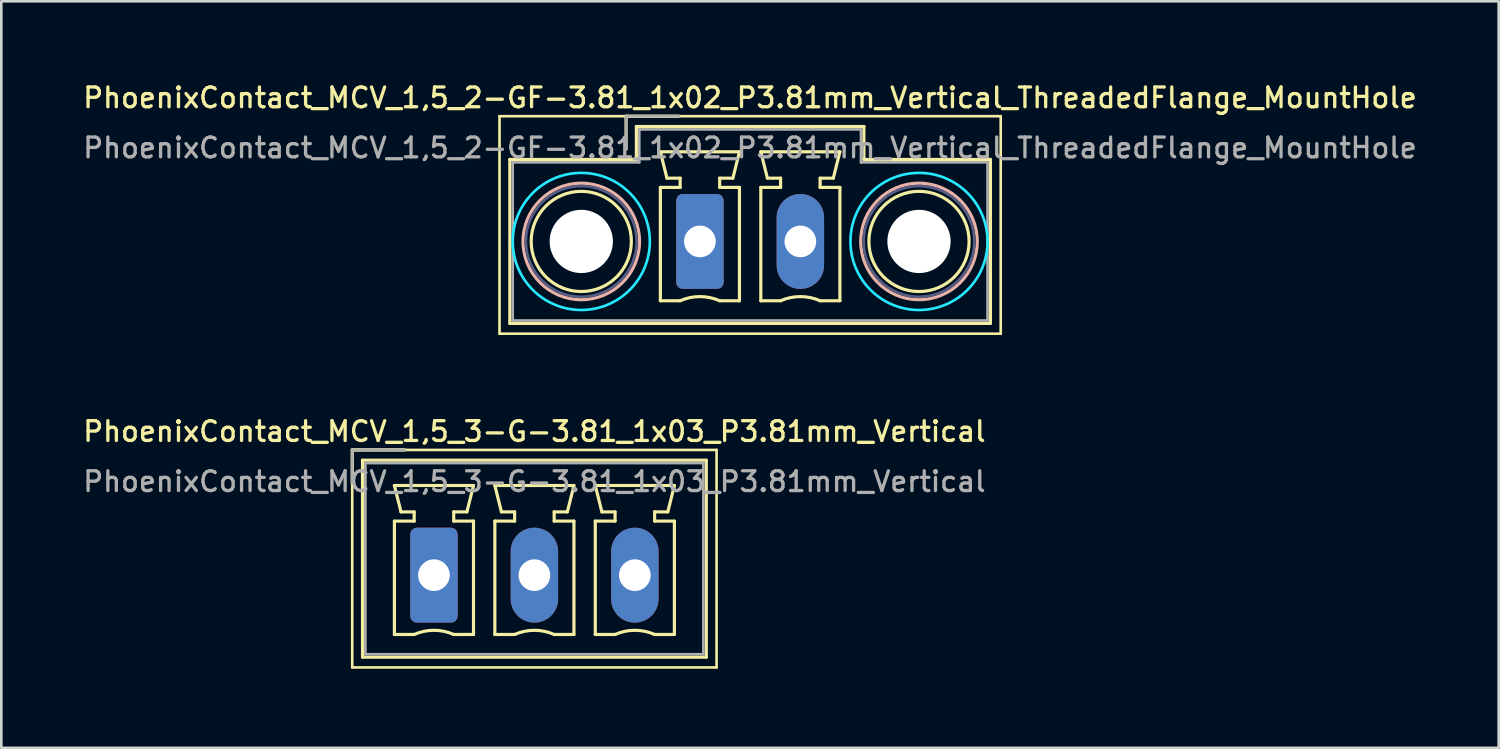
<source format=kicad_pcb>
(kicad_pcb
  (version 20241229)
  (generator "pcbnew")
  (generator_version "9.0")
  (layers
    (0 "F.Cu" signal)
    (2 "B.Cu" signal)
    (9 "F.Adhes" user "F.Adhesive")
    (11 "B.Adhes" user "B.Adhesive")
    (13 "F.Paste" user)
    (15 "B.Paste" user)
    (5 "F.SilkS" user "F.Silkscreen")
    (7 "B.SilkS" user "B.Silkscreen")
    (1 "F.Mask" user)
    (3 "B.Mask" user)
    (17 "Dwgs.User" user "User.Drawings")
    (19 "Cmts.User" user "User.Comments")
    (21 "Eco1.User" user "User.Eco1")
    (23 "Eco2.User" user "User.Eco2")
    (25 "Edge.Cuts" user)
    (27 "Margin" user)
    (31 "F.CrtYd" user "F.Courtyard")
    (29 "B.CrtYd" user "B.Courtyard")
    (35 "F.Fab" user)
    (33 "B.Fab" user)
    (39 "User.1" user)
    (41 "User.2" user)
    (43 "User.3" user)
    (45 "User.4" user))
  (footprint "PhoenixContact_MCV_1,5_2-GF-3.81_1x02_P3.81mm_Vertical_ThreadedFlange_MountHole"
    (layer "F.Cu")
    (at 23.498 6.108)
    (property "Reference" "PhoenixContact_MCV_1,5_2-GF-3.81_1x02_P3.81mm_Vertical_ThreadedFlange_MountHole" (at 1.9 -5.45 0) (layer "F.SilkS") (effects (font (size 0.75 0.75) (thickness 0.125))))
    (attr through_hole)
    (fp_line (start -7.6 -4.75) (end -7.6 3.5) (stroke (width 0.1) (type solid)) (layer "F.SilkS"))
    (fp_line (start -7.6 3.5) (end 11.41 3.5) (stroke (width 0.1) (type solid)) (layer "F.SilkS"))
    (fp_line (start -7.21 -3.11) (end -7.21 3.11) (stroke (width 0.12) (type solid)) (layer "F.SilkS"))
    (fp_line (start -7.21 3.11) (end 11.02 3.11) (stroke (width 0.12) (type solid)) (layer "F.SilkS"))
    (fp_line (start -2.8 -4.75) (end -0.8 -4.75) (stroke (width 0.12) (type solid)) (layer "F.SilkS"))
    (fp_line (start -2.8 -3.5) (end -2.8 -4.75) (stroke (width 0.12) (type solid)) (layer "F.SilkS"))
    (fp_line (start -2.41 -4.36) (end -2.41 -3.11) (stroke (width 0.12) (type solid)) (layer "F.SilkS"))
    (fp_line (start -2.41 -3.11) (end -7.21 -3.11) (stroke (width 0.12) (type solid)) (layer "F.SilkS"))
    (fp_line (start -1.5 -3.4) (end 1.5 -3.4) (stroke (width 0.12) (type solid)) (layer "F.SilkS"))
    (fp_line (start -1.5 -2.05) (end -0.75 -2.05) (stroke (width 0.12) (type solid)) (layer "F.SilkS"))
    (fp_line (start -1.5 2.25) (end -1.5 -2.05) (stroke (width 0.12) (type solid)) (layer "F.SilkS"))
    (fp_line (start -1.25 -2.4) (end -1.5 -3.4) (stroke (width 0.12) (type solid)) (layer "F.SilkS"))
    (fp_line (start -0.75 -2.4) (end -1.25 -2.4) (stroke (width 0.12) (type solid)) (layer "F.SilkS"))
    (fp_line (start -0.75 -2.05) (end -0.75 -2.4) (stroke (width 0.12) (type solid)) (layer "F.SilkS"))
    (fp_line (start -0.75 2.25) (end -1.5 2.25) (stroke (width 0.12) (type solid)) (layer "F.SilkS"))
    (fp_line (start 0.75 -2.4) (end 0.75 -2.05) (stroke (width 0.12) (type solid)) (layer "F.SilkS"))
    (fp_line (start 0.75 -2.05) (end 1.5 -2.05) (stroke (width 0.12) (type solid)) (layer "F.SilkS"))
    (fp_line (start 1.25 -2.4) (end 0.75 -2.4) (stroke (width 0.12) (type solid)) (layer "F.SilkS"))
    (fp_line (start 1.5 -3.4) (end 1.25 -2.4) (stroke (width 0.12) (type solid)) (layer "F.SilkS"))
    (fp_line (start 1.5 -2.05) (end 1.5 2.25) (stroke (width 0.12) (type solid)) (layer "F.SilkS"))
    (fp_line (start 1.5 2.25) (end 0.75 2.25) (stroke (width 0.12) (type solid)) (layer "F.SilkS"))
    (fp_line (start 2.31 -3.4) (end 5.31 -3.4) (stroke (width 0.12) (type solid)) (layer "F.SilkS"))
    (fp_line (start 2.31 -2.05) (end 3.06 -2.05) (stroke (width 0.12) (type solid)) (layer "F.SilkS"))
    (fp_line (start 2.31 2.25) (end 2.31 -2.05) (stroke (width 0.12) (type solid)) (layer "F.SilkS"))
    (fp_line (start 2.56 -2.4) (end 2.31 -3.4) (stroke (width 0.12) (type solid)) (layer "F.SilkS"))
    (fp_line (start 3.06 -2.4) (end 2.56 -2.4) (stroke (width 0.12) (type solid)) (layer "F.SilkS"))
    (fp_line (start 3.06 -2.05) (end 3.06 -2.4) (stroke (width 0.12) (type solid)) (layer "F.SilkS"))
    (fp_line (start 3.06 2.25) (end 2.31 2.25) (stroke (width 0.12) (type solid)) (layer "F.SilkS"))
    (fp_line (start 4.56 -2.4) (end 4.56 -2.05) (stroke (width 0.12) (type solid)) (layer "F.SilkS"))
    (fp_line (start 4.56 -2.05) (end 5.31 -2.05) (stroke (width 0.12) (type solid)) (layer "F.SilkS"))
    (fp_line (start 5.06 -2.4) (end 4.56 -2.4) (stroke (width 0.12) (type solid)) (layer "F.SilkS"))
    (fp_line (start 5.31 -3.4) (end 5.06 -2.4) (stroke (width 0.12) (type solid)) (layer "F.SilkS"))
    (fp_line (start 5.31 -2.05) (end 5.31 2.25) (stroke (width 0.12) (type solid)) (layer "F.SilkS"))
    (fp_line (start 5.31 2.25) (end 4.56 2.25) (stroke (width 0.12) (type solid)) (layer "F.SilkS"))
    (fp_line (start 6.22 -4.36) (end -2.41 -4.36) (stroke (width 0.12) (type solid)) (layer "F.SilkS"))
    (fp_line (start 6.22 -3.11) (end 6.22 -4.36) (stroke (width 0.12) (type solid)) (layer "F.SilkS"))
    (fp_line (start 11.02 -3.11) (end 6.22 -3.11) (stroke (width 0.12) (type solid)) (layer "F.SilkS"))
    (fp_line (start 11.02 3.11) (end 11.02 -3.11) (stroke (width 0.12) (type solid)) (layer "F.SilkS"))
    (fp_line (start 11.41 -4.75) (end -7.6 -4.75) (stroke (width 0.1) (type solid)) (layer "F.SilkS"))
    (fp_line (start 11.41 3.5) (end 11.41 -4.75) (stroke (width 0.1) (type solid)) (layer "F.SilkS"))
    (fp_arc (start -0.75 2.25) (mid -0.000193 2.09191) (end 0.749647 2.249844) (stroke (width 0.12) (type solid)) (layer "F.SilkS"))
    (fp_arc (start 3.06 2.25) (mid 3.809807 2.09191) (end 4.559647 2.249844) (stroke (width 0.12) (type solid)) (layer "F.SilkS"))
    (fp_circle (center -4.5 0) (end -2.6 0) (stroke (width 0.12) (type solid)) (fill no) (layer "F.SilkS"))
    (fp_circle (center 8.31 0) (end 10.21 0) (stroke (width 0.12) (type solid)) (fill no) (layer "F.SilkS"))
    (fp_circle (center -4.5 0) (end -2.29 0) (stroke (width 0.12) (type solid)) (fill no) (layer "B.SilkS"))
    (fp_circle (center 8.31 0) (end 10.52 0) (stroke (width 0.12) (type solid)) (fill no) (layer "B.SilkS"))
    (fp_circle (center -4.5 0) (end -1.9 0) (stroke (width 0.1) (type solid)) (fill no) (layer "B.CrtYd"))
    (fp_circle (center 8.31 0) (end 10.91 0) (stroke (width 0.1) (type solid)) (fill no) (layer "B.CrtYd"))
    (fp_circle (center -4.5 0) (end -2.4 0) (stroke (width 0.1) (type solid)) (fill no) (layer "B.Fab"))
    (fp_circle (center 8.31 0) (end 10.41 0) (stroke (width 0.1) (type solid)) (fill no) (layer "B.Fab"))
    (fp_line (start -7.1 -3) (end -7.1 3) (stroke (width 0.1) (type solid)) (layer "F.Fab"))
    (fp_line (start -7.1 3) (end 10.91 3) (stroke (width 0.1) (type solid)) (layer "F.Fab"))
    (fp_line (start -2.8 -4.75) (end -0.8 -4.75) (stroke (width 0.1) (type solid)) (layer "F.Fab"))
    (fp_line (start -2.8 -3.5) (end -2.8 -4.75) (stroke (width 0.1) (type solid)) (layer "F.Fab"))
    (fp_line (start -2.3 -4.25) (end -2.3 -3) (stroke (width 0.1) (type solid)) (layer "F.Fab"))
    (fp_line (start -2.3 -3) (end -7.1 -3) (stroke (width 0.1) (type solid)) (layer "F.Fab"))
    (fp_line (start 6.11 -4.25) (end -2.3 -4.25) (stroke (width 0.1) (type solid)) (layer "F.Fab"))
    (fp_line (start 6.11 -3) (end 6.11 -4.25) (stroke (width 0.1) (type solid)) (layer "F.Fab"))
    (fp_line (start 10.91 -3) (end 6.11 -3) (stroke (width 0.1) (type solid)) (layer "F.Fab"))
    (fp_line (start 10.91 3) (end 10.91 -3) (stroke (width 0.1) (type solid)) (layer "F.Fab"))
    (fp_text user "${REFERENCE}" (at 1.9 -3.55 0) (layer "F.Fab") (effects (font (size 0.75 0.75) (thickness 0.125))))
    (pad "" np_thru_hole circle (at -4.5 0) (size 2.4 2.4) (drill 2.4) (layers "*.Cu" "*.Mask"))
    (pad "" np_thru_hole circle (at 8.31 0) (size 2.4 2.4) (drill 2.4) (layers "*.Cu" "*.Mask"))
    (pad "1" thru_hole roundrect (at 0 0) (size 1.8 3.6) (drill 1.2) (layers "*.Cu" "*.Mask") (roundrect_rratio 0.139))
    (pad "2" thru_hole oval (at 3.81 0) (size 1.8 3.6) (drill 1.2) (layers "*.Cu" "*.Mask")))
  (footprint "PhoenixContact_MCV_1,5_3-G-3.81_1x03_P3.81mm_Vertical"
    (layer "F.Cu")
    (at 13.41 18.766)
    (property "Reference" "PhoenixContact_MCV_1,5_3-G-3.81_1x03_P3.81mm_Vertical" (at 3.81 -5.45 0) (layer "F.SilkS") (effects (font (size 0.75 0.75) (thickness 0.125))))
    (attr through_hole)
    (fp_line (start -3.1 -4.75) (end -3.1 3.5) (stroke (width 0.1) (type solid)) (layer "F.SilkS"))
    (fp_line (start -3.1 -4.75) (end -1.1 -4.75) (stroke (width 0.12) (type solid)) (layer "F.SilkS"))
    (fp_line (start -3.1 -3.5) (end -3.1 -4.75) (stroke (width 0.12) (type solid)) (layer "F.SilkS"))
    (fp_line (start -3.1 3.5) (end 10.72 3.5) (stroke (width 0.1) (type solid)) (layer "F.SilkS"))
    (fp_line (start -2.71 -4.36) (end -2.71 3.11) (stroke (width 0.12) (type solid)) (layer "F.SilkS"))
    (fp_line (start -2.71 3.11) (end 10.33 3.11) (stroke (width 0.12) (type solid)) (layer "F.SilkS"))
    (fp_line (start -1.5 -3.4) (end 1.5 -3.4) (stroke (width 0.12) (type solid)) (layer "F.SilkS"))
    (fp_line (start -1.5 -2.05) (end -0.75 -2.05) (stroke (width 0.12) (type solid)) (layer "F.SilkS"))
    (fp_line (start -1.5 2.25) (end -1.5 -2.05) (stroke (width 0.12) (type solid)) (layer "F.SilkS"))
    (fp_line (start -1.25 -2.4) (end -1.5 -3.4) (stroke (width 0.12) (type solid)) (layer "F.SilkS"))
    (fp_line (start -0.75 -2.4) (end -1.25 -2.4) (stroke (width 0.12) (type solid)) (layer "F.SilkS"))
    (fp_line (start -0.75 -2.05) (end -0.75 -2.4) (stroke (width 0.12) (type solid)) (layer "F.SilkS"))
    (fp_line (start -0.75 2.25) (end -1.5 2.25) (stroke (width 0.12) (type solid)) (layer "F.SilkS"))
    (fp_line (start 0.75 -2.4) (end 0.75 -2.05) (stroke (width 0.12) (type solid)) (layer "F.SilkS"))
    (fp_line (start 0.75 -2.05) (end 1.5 -2.05) (stroke (width 0.12) (type solid)) (layer "F.SilkS"))
    (fp_line (start 1.25 -2.4) (end 0.75 -2.4) (stroke (width 0.12) (type solid)) (layer "F.SilkS"))
    (fp_line (start 1.5 -3.4) (end 1.25 -2.4) (stroke (width 0.12) (type solid)) (layer "F.SilkS"))
    (fp_line (start 1.5 -2.05) (end 1.5 2.25) (stroke (width 0.12) (type solid)) (layer "F.SilkS"))
    (fp_line (start 1.5 2.25) (end 0.75 2.25) (stroke (width 0.12) (type solid)) (layer "F.SilkS"))
    (fp_line (start 2.31 -3.4) (end 5.31 -3.4) (stroke (width 0.12) (type solid)) (layer "F.SilkS"))
    (fp_line (start 2.31 -2.05) (end 3.06 -2.05) (stroke (width 0.12) (type solid)) (layer "F.SilkS"))
    (fp_line (start 2.31 2.25) (end 2.31 -2.05) (stroke (width 0.12) (type solid)) (layer "F.SilkS"))
    (fp_line (start 2.56 -2.4) (end 2.31 -3.4) (stroke (width 0.12) (type solid)) (layer "F.SilkS"))
    (fp_line (start 3.06 -2.4) (end 2.56 -2.4) (stroke (width 0.12) (type solid)) (layer "F.SilkS"))
    (fp_line (start 3.06 -2.05) (end 3.06 -2.4) (stroke (width 0.12) (type solid)) (layer "F.SilkS"))
    (fp_line (start 3.06 2.25) (end 2.31 2.25) (stroke (width 0.12) (type solid)) (layer "F.SilkS"))
    (fp_line (start 4.56 -2.4) (end 4.56 -2.05) (stroke (width 0.12) (type solid)) (layer "F.SilkS"))
    (fp_line (start 4.56 -2.05) (end 5.31 -2.05) (stroke (width 0.12) (type solid)) (layer "F.SilkS"))
    (fp_line (start 5.06 -2.4) (end 4.56 -2.4) (stroke (width 0.12) (type solid)) (layer "F.SilkS"))
    (fp_line (start 5.31 -3.4) (end 5.06 -2.4) (stroke (width 0.12) (type solid)) (layer "F.SilkS"))
    (fp_line (start 5.31 -2.05) (end 5.31 2.25) (stroke (width 0.12) (type solid)) (layer "F.SilkS"))
    (fp_line (start 5.31 2.25) (end 4.56 2.25) (stroke (width 0.12) (type solid)) (layer "F.SilkS"))
    (fp_line (start 6.12 -3.4) (end 9.12 -3.4) (stroke (width 0.12) (type solid)) (layer "F.SilkS"))
    (fp_line (start 6.12 -2.05) (end 6.87 -2.05) (stroke (width 0.12) (type solid)) (layer "F.SilkS"))
    (fp_line (start 6.12 2.25) (end 6.12 -2.05) (stroke (width 0.12) (type solid)) (layer "F.SilkS"))
    (fp_line (start 6.37 -2.4) (end 6.12 -3.4) (stroke (width 0.12) (type solid)) (layer "F.SilkS"))
    (fp_line (start 6.87 -2.4) (end 6.37 -2.4) (stroke (width 0.12) (type solid)) (layer "F.SilkS"))
    (fp_line (start 6.87 -2.05) (end 6.87 -2.4) (stroke (width 0.12) (type solid)) (layer "F.SilkS"))
    (fp_line (start 6.87 2.25) (end 6.12 2.25) (stroke (width 0.12) (type solid)) (layer "F.SilkS"))
    (fp_line (start 8.37 -2.4) (end 8.37 -2.05) (stroke (width 0.12) (type solid)) (layer "F.SilkS"))
    (fp_line (start 8.37 -2.05) (end 9.12 -2.05) (stroke (width 0.12) (type solid)) (layer "F.SilkS"))
    (fp_line (start 8.87 -2.4) (end 8.37 -2.4) (stroke (width 0.12) (type solid)) (layer "F.SilkS"))
    (fp_line (start 9.12 -3.4) (end 8.87 -2.4) (stroke (width 0.12) (type solid)) (layer "F.SilkS"))
    (fp_line (start 9.12 -2.05) (end 9.12 2.25) (stroke (width 0.12) (type solid)) (layer "F.SilkS"))
    (fp_line (start 9.12 2.25) (end 8.37 2.25) (stroke (width 0.12) (type solid)) (layer "F.SilkS"))
    (fp_line (start 10.33 -4.36) (end -2.71 -4.36) (stroke (width 0.12) (type solid)) (layer "F.SilkS"))
    (fp_line (start 10.33 3.11) (end 10.33 -4.36) (stroke (width 0.12) (type solid)) (layer "F.SilkS"))
    (fp_line (start 10.72 -4.75) (end -3.1 -4.75) (stroke (width 0.1) (type solid)) (layer "F.SilkS"))
    (fp_line (start 10.72 3.5) (end 10.72 -4.75) (stroke (width 0.1) (type solid)) (layer "F.SilkS"))
    (fp_arc (start -0.75 2.25) (mid -0.000193 2.09191) (end 0.749647 2.249844) (stroke (width 0.12) (type solid)) (layer "F.SilkS"))
    (fp_arc (start 3.06 2.25) (mid 3.809807 2.09191) (end 4.559647 2.249844) (stroke (width 0.12) (type solid)) (layer "F.SilkS"))
    (fp_arc (start 6.87 2.25) (mid 7.619807 2.09191) (end 8.369647 2.249844) (stroke (width 0.12) (type solid)) (layer "F.SilkS"))
    (fp_line (start -3.1 -4.75) (end -1.1 -4.75) (stroke (width 0.1) (type solid)) (layer "F.Fab"))
    (fp_line (start -3.1 -3.5) (end -3.1 -4.75) (stroke (width 0.1) (type solid)) (layer "F.Fab"))
    (fp_line (start -2.6 -4.25) (end -2.6 3) (stroke (width 0.1) (type solid)) (layer "F.Fab"))
    (fp_line (start -2.6 3) (end 10.22 3) (stroke (width 0.1) (type solid)) (layer "F.Fab"))
    (fp_line (start 10.22 -4.25) (end -2.6 -4.25) (stroke (width 0.1) (type solid)) (layer "F.Fab"))
    (fp_line (start 10.22 3) (end 10.22 -4.25) (stroke (width 0.1) (type solid)) (layer "F.Fab"))
    (fp_text user "${REFERENCE}" (at 3.81 -3.55 0) (layer "F.Fab") (effects (font (size 0.75 0.75) (thickness 0.125))))
    (pad "1" thru_hole roundrect (at 0 0) (size 1.8 3.6) (drill 1.2) (layers "*.Cu" "*.Mask") (roundrect_rratio 0.139))
    (pad "2" thru_hole oval (at 3.81 0) (size 1.8 3.6) (drill 1.2) (layers "*.Cu" "*.Mask"))
    (pad "3" thru_hole oval (at 7.62 0) (size 1.8 3.6) (drill 1.2) (layers "*.Cu" "*.Mask")))
  (gr_rect
    (start -3 -3)
    (end 53.796 25.316)
    (stroke (width 0.1) (type default))
    (fill no)
    (layer "Edge.Cuts")))
</source>
